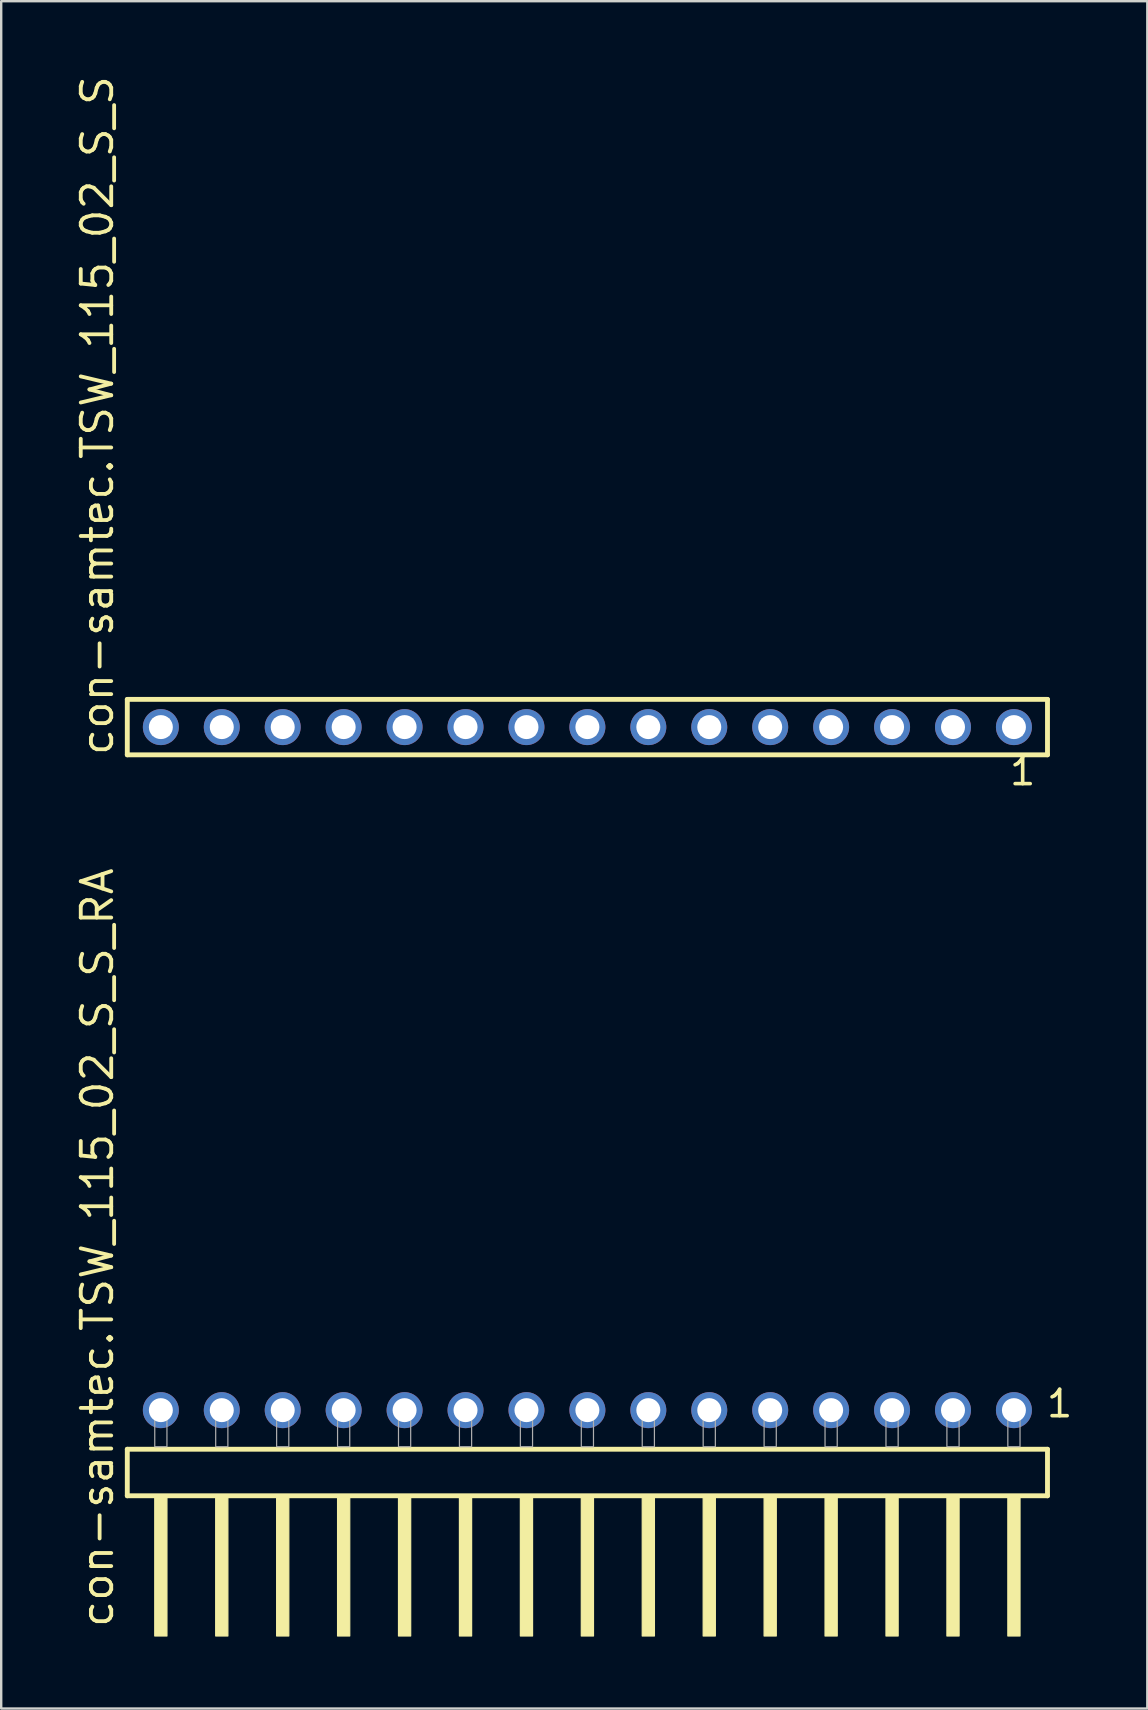
<source format=kicad_pcb>
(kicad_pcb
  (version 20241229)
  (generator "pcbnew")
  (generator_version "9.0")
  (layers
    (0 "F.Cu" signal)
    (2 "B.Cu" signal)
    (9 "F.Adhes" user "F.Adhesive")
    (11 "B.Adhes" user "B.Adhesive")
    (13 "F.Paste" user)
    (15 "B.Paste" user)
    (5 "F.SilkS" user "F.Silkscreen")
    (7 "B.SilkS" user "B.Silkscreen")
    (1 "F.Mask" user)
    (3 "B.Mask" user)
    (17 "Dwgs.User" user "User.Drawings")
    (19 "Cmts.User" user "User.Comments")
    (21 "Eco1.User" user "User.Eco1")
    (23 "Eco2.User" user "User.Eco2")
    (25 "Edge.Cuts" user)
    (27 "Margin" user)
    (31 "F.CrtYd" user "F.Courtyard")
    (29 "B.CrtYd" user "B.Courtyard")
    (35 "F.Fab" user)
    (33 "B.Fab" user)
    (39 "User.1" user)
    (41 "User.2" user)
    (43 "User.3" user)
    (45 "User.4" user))
  (footprint "con-samtec.TSW_115_02_S_S_RA"
    (layer "F.Cu")
    (at 21.435 57.255)
    (property "Reference" "con-samtec.TSW_115_02_S_S_RA" (at -19.685 7.62 90) (layer "F.SilkS") (effects (font (size 1.27 1.27) (thickness 0.16)) (justify left bottom)))
    (attr through_hole)
    (fp_line (start -19.179 0.106) (end -19.179 2.046) (stroke (width 0.203) (type default)) (layer "F.SilkS"))
    (fp_line (start -19.179 2.046) (end 19.179 2.046) (stroke (width 0.203) (type default)) (layer "F.SilkS"))
    (fp_line (start 19.179 0.106) (end -19.179 0.106) (stroke (width 0.203) (type default)) (layer "F.SilkS"))
    (fp_line (start 19.179 2.046) (end 19.179 0.106) (stroke (width 0.203) (type default)) (layer "F.SilkS"))
    (fp_rect (start -18.034 7.89) (end -17.526 2.04) (stroke (width 0.05) (type default)) (fill yes) (layer "F.SilkS"))
    (fp_rect (start -15.494 7.89) (end -14.986 2.04) (stroke (width 0.05) (type default)) (fill yes) (layer "F.SilkS"))
    (fp_rect (start -12.954 7.89) (end -12.446 2.04) (stroke (width 0.05) (type default)) (fill yes) (layer "F.SilkS"))
    (fp_rect (start -10.414 7.89) (end -9.906 2.04) (stroke (width 0.05) (type default)) (fill yes) (layer "F.SilkS"))
    (fp_rect (start -7.874 7.89) (end -7.366 2.04) (stroke (width 0.05) (type default)) (fill yes) (layer "F.SilkS"))
    (fp_rect (start -5.334 7.89) (end -4.826 2.04) (stroke (width 0.05) (type default)) (fill yes) (layer "F.SilkS"))
    (fp_rect (start -2.794 7.89) (end -2.286 2.04) (stroke (width 0.05) (type default)) (fill yes) (layer "F.SilkS"))
    (fp_rect (start -0.254 7.89) (end 0.254 2.04) (stroke (width 0.05) (type default)) (fill yes) (layer "F.SilkS"))
    (fp_rect (start 2.286 7.89) (end 2.794 2.04) (stroke (width 0.05) (type default)) (fill yes) (layer "F.SilkS"))
    (fp_rect (start 4.826 7.89) (end 5.334 2.04) (stroke (width 0.05) (type default)) (fill yes) (layer "F.SilkS"))
    (fp_rect (start 7.366 7.89) (end 7.874 2.04) (stroke (width 0.05) (type default)) (fill yes) (layer "F.SilkS"))
    (fp_rect (start 9.906 7.89) (end 10.414 2.04) (stroke (width 0.05) (type default)) (fill yes) (layer "F.SilkS"))
    (fp_rect (start 12.446 7.89) (end 12.954 2.04) (stroke (width 0.05) (type default)) (fill yes) (layer "F.SilkS"))
    (fp_rect (start 14.986 7.89) (end 15.494 2.04) (stroke (width 0.05) (type default)) (fill yes) (layer "F.SilkS"))
    (fp_rect (start 17.526 7.89) (end 18.034 2.04) (stroke (width 0.05) (type default)) (fill yes) (layer "F.SilkS"))
    (fp_rect (start -18.034 0) (end -17.526 -1.778) (stroke (width 0.05) (type default)) (fill no) (layer "F.Fab"))
    (fp_rect (start -15.494 0) (end -14.986 -1.778) (stroke (width 0.05) (type default)) (fill no) (layer "F.Fab"))
    (fp_rect (start -12.954 0) (end -12.446 -1.778) (stroke (width 0.05) (type default)) (fill no) (layer "F.Fab"))
    (fp_rect (start -10.414 0) (end -9.906 -1.778) (stroke (width 0.05) (type default)) (fill no) (layer "F.Fab"))
    (fp_rect (start -7.874 0) (end -7.366 -1.778) (stroke (width 0.05) (type default)) (fill no) (layer "F.Fab"))
    (fp_rect (start -5.334 0) (end -4.826 -1.778) (stroke (width 0.05) (type default)) (fill no) (layer "F.Fab"))
    (fp_rect (start -2.794 0) (end -2.286 -1.778) (stroke (width 0.05) (type default)) (fill no) (layer "F.Fab"))
    (fp_rect (start -0.254 0) (end 0.254 -1.778) (stroke (width 0.05) (type default)) (fill no) (layer "F.Fab"))
    (fp_rect (start 2.286 0) (end 2.794 -1.778) (stroke (width 0.05) (type default)) (fill no) (layer "F.Fab"))
    (fp_rect (start 4.826 0) (end 5.334 -1.778) (stroke (width 0.05) (type default)) (fill no) (layer "F.Fab"))
    (fp_rect (start 7.366 0) (end 7.874 -1.778) (stroke (width 0.05) (type default)) (fill no) (layer "F.Fab"))
    (fp_rect (start 9.906 0) (end 10.414 -1.778) (stroke (width 0.05) (type default)) (fill no) (layer "F.Fab"))
    (fp_rect (start 12.446 0) (end 12.954 -1.778) (stroke (width 0.05) (type default)) (fill no) (layer "F.Fab"))
    (fp_rect (start 14.986 0) (end 15.494 -1.778) (stroke (width 0.05) (type default)) (fill no) (layer "F.Fab"))
    (fp_rect (start 17.526 0) (end 18.034 -1.778) (stroke (width 0.05) (type default)) (fill no) (layer "F.Fab"))
    (fp_text user "1" (at 19.062 -1.152 0) (layer "F.SilkS") (effects (font (size 1.1 1.1) (thickness 0.15)) (justify left bottom)))
    (pad "1" thru_hole circle (at 17.78 -1.524 180) (size 1.5 1.5) (drill 1) (layers "*.Cu" "*.Mask"))
    (pad "2" thru_hole circle (at 15.24 -1.524 180) (size 1.5 1.5) (drill 1) (layers "*.Cu" "*.Mask"))
    (pad "3" thru_hole circle (at 12.7 -1.524 180) (size 1.5 1.5) (drill 1) (layers "*.Cu" "*.Mask"))
    (pad "4" thru_hole circle (at 10.16 -1.524 180) (size 1.5 1.5) (drill 1) (layers "*.Cu" "*.Mask"))
    (pad "5" thru_hole circle (at 7.62 -1.524 180) (size 1.5 1.5) (drill 1) (layers "*.Cu" "*.Mask"))
    (pad "6" thru_hole circle (at 5.08 -1.524 180) (size 1.5 1.5) (drill 1) (layers "*.Cu" "*.Mask"))
    (pad "7" thru_hole circle (at 2.54 -1.524 180) (size 1.5 1.5) (drill 1) (layers "*.Cu" "*.Mask"))
    (pad "8" thru_hole circle (at 0 -1.524 180) (size 1.5 1.5) (drill 1) (layers "*.Cu" "*.Mask"))
    (pad "9" thru_hole circle (at -2.54 -1.524 180) (size 1.5 1.5) (drill 1) (layers "*.Cu" "*.Mask"))
    (pad "10" thru_hole circle (at -5.08 -1.524 180) (size 1.5 1.5) (drill 1) (layers "*.Cu" "*.Mask"))
    (pad "11" thru_hole circle (at -7.62 -1.524 180) (size 1.5 1.5) (drill 1) (layers "*.Cu" "*.Mask"))
    (pad "12" thru_hole circle (at -10.16 -1.524 180) (size 1.5 1.5) (drill 1) (layers "*.Cu" "*.Mask"))
    (pad "13" thru_hole circle (at -12.7 -1.524 180) (size 1.5 1.5) (drill 1) (layers "*.Cu" "*.Mask"))
    (pad "14" thru_hole circle (at -15.24 -1.524 180) (size 1.5 1.5) (drill 1) (layers "*.Cu" "*.Mask"))
    (pad "15" thru_hole circle (at -17.78 -1.524 180) (size 1.5 1.5) (drill 1) (layers "*.Cu" "*.Mask")))
  (footprint "con-samtec.TSW_115_02_S_S"
    (layer "F.Cu")
    (at 21.435 27.259)
    (property "Reference" "con-samtec.TSW_115_02_S_S" (at -19.685 1.27 90) (layer "F.SilkS") (effects (font (size 1.27 1.27) (thickness 0.16)) (justify left bottom)))
    (attr through_hole)
    (fp_line (start -19.179 -1.155) (end 19.179 -1.155) (stroke (width 0.203) (type default)) (layer "F.SilkS"))
    (fp_line (start -19.179 1.155) (end -19.179 -1.155) (stroke (width 0.203) (type default)) (layer "F.SilkS"))
    (fp_line (start 19.179 -1.155) (end 19.179 1.155) (stroke (width 0.203) (type default)) (layer "F.SilkS"))
    (fp_line (start 19.179 1.155) (end -19.179 1.155) (stroke (width 0.203) (type default)) (layer "F.SilkS"))
    (fp_rect (start -18.13 0.35) (end -17.43 -0.35) (stroke (width 0.05) (type default)) (fill no) (layer "F.Fab"))
    (fp_rect (start -15.59 0.35) (end -14.89 -0.35) (stroke (width 0.05) (type default)) (fill no) (layer "F.Fab"))
    (fp_rect (start -13.05 0.35) (end -12.35 -0.35) (stroke (width 0.05) (type default)) (fill no) (layer "F.Fab"))
    (fp_rect (start -10.51 0.35) (end -9.81 -0.35) (stroke (width 0.05) (type default)) (fill no) (layer "F.Fab"))
    (fp_rect (start -7.97 0.35) (end -7.27 -0.35) (stroke (width 0.05) (type default)) (fill no) (layer "F.Fab"))
    (fp_rect (start -5.43 0.35) (end -4.73 -0.35) (stroke (width 0.05) (type default)) (fill no) (layer "F.Fab"))
    (fp_rect (start -2.89 0.35) (end -2.19 -0.35) (stroke (width 0.05) (type default)) (fill no) (layer "F.Fab"))
    (fp_rect (start -0.35 0.35) (end 0.35 -0.35) (stroke (width 0.05) (type default)) (fill no) (layer "F.Fab"))
    (fp_rect (start 2.19 0.35) (end 2.89 -0.35) (stroke (width 0.05) (type default)) (fill no) (layer "F.Fab"))
    (fp_rect (start 4.73 0.35) (end 5.43 -0.35) (stroke (width 0.05) (type default)) (fill no) (layer "F.Fab"))
    (fp_rect (start 7.27 0.35) (end 7.97 -0.35) (stroke (width 0.05) (type default)) (fill no) (layer "F.Fab"))
    (fp_rect (start 9.81 0.35) (end 10.51 -0.35) (stroke (width 0.05) (type default)) (fill no) (layer "F.Fab"))
    (fp_rect (start 12.35 0.35) (end 13.05 -0.35) (stroke (width 0.05) (type default)) (fill no) (layer "F.Fab"))
    (fp_rect (start 14.89 0.35) (end 15.59 -0.35) (stroke (width 0.05) (type default)) (fill no) (layer "F.Fab"))
    (fp_rect (start 17.43 0.35) (end 18.13 -0.35) (stroke (width 0.05) (type default)) (fill no) (layer "F.Fab"))
    (fp_text user "1" (at 17.522 2.498 0) (layer "F.SilkS") (effects (font (size 1.1 1.1) (thickness 0.15)) (justify left bottom)))
    (pad "1" thru_hole circle (at 17.78 0 180) (size 1.5 1.5) (drill 1) (layers "*.Cu" "*.Mask"))
    (pad "2" thru_hole circle (at 15.24 0 180) (size 1.5 1.5) (drill 1) (layers "*.Cu" "*.Mask"))
    (pad "3" thru_hole circle (at 12.7 0 180) (size 1.5 1.5) (drill 1) (layers "*.Cu" "*.Mask"))
    (pad "4" thru_hole circle (at 10.16 0 180) (size 1.5 1.5) (drill 1) (layers "*.Cu" "*.Mask"))
    (pad "5" thru_hole circle (at 7.62 0 180) (size 1.5 1.5) (drill 1) (layers "*.Cu" "*.Mask"))
    (pad "6" thru_hole circle (at 5.08 0 180) (size 1.5 1.5) (drill 1) (layers "*.Cu" "*.Mask"))
    (pad "7" thru_hole circle (at 2.54 0 180) (size 1.5 1.5) (drill 1) (layers "*.Cu" "*.Mask"))
    (pad "8" thru_hole circle (at 0 0 180) (size 1.5 1.5) (drill 1) (layers "*.Cu" "*.Mask"))
    (pad "9" thru_hole circle (at -2.54 0 180) (size 1.5 1.5) (drill 1) (layers "*.Cu" "*.Mask"))
    (pad "10" thru_hole circle (at -5.08 0 180) (size 1.5 1.5) (drill 1) (layers "*.Cu" "*.Mask"))
    (pad "11" thru_hole circle (at -7.62 0 180) (size 1.5 1.5) (drill 1) (layers "*.Cu" "*.Mask"))
    (pad "12" thru_hole circle (at -10.16 0 180) (size 1.5 1.5) (drill 1) (layers "*.Cu" "*.Mask"))
    (pad "13" thru_hole circle (at -12.7 0 180) (size 1.5 1.5) (drill 1) (layers "*.Cu" "*.Mask"))
    (pad "14" thru_hole circle (at -15.24 0 180) (size 1.5 1.5) (drill 1) (layers "*.Cu" "*.Mask"))
    (pad "15" thru_hole circle (at -17.78 0 180) (size 1.5 1.5) (drill 1) (layers "*.Cu" "*.Mask")))
  (gr_rect
    (start -3 -3)
    (end 44.775 68.17)
    (stroke (width 0.1) (type default))
    (fill no)
    (layer "Edge.Cuts")))
</source>
